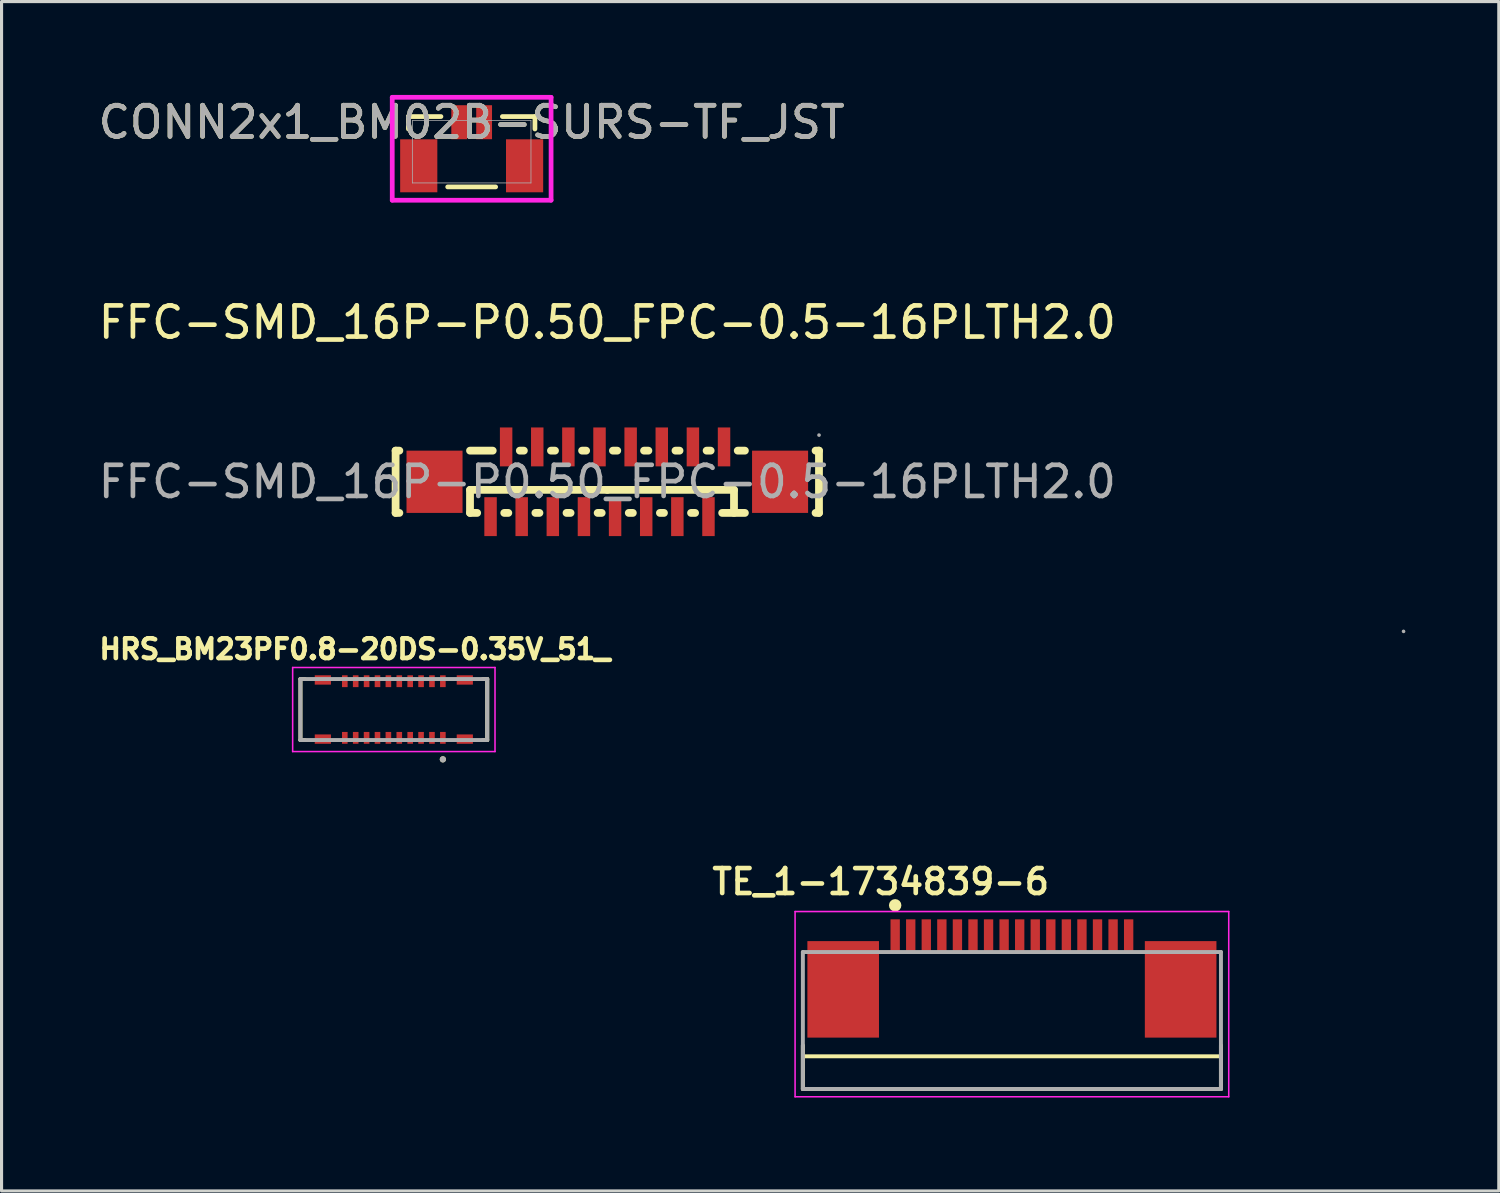
<source format=kicad_pcb>
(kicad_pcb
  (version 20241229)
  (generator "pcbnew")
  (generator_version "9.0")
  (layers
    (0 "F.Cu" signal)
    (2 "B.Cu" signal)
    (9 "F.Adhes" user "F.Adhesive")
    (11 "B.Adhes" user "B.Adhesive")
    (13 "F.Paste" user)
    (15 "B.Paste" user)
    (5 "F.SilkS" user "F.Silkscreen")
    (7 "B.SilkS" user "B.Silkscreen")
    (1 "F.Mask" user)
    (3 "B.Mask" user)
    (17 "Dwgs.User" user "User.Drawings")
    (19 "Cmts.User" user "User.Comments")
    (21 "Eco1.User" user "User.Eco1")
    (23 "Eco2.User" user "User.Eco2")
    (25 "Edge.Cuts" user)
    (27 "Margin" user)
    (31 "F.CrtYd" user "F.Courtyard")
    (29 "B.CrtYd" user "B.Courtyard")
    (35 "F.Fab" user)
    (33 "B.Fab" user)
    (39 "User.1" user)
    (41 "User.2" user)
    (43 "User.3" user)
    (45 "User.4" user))
  (footprint "CONN2x1_BM02B-SURS-TF_JST"
    (layer "F.Cu")
    (at 12.101 1.824)
    (property "Reference" "CONN2x1_BM02B-SURS-TF_JST" (at 0 -0.948 0) (unlocked yes) (layer "F.SilkS") (effects (font (size 1 1) (thickness 0.15))))
    (attr smd)
    (fp_line (start -2.032 -1.13) (end -2.032 -0.731) (stroke (width 0.152) (type solid)) (layer "F.SilkS"))
    (fp_line (start -0.987 -1.13) (end -2.032 -1.13) (stroke (width 0.152) (type solid)) (layer "F.SilkS"))
    (fp_line (start -0.77 1.13) (end 0.77 1.13) (stroke (width 0.152) (type solid)) (layer "F.SilkS"))
    (fp_line (start 2.032 -1.13) (end 0.987 -1.13) (stroke (width 0.152) (type solid)) (layer "F.SilkS"))
    (fp_line (start 2.032 -0.731) (end 2.032 -1.13) (stroke (width 0.152) (type solid)) (layer "F.SilkS"))
    (fp_line (start -2.551 -1.748) (end -2.551 1.557) (stroke (width 0.152) (type solid)) (layer "F.CrtYd"))
    (fp_line (start -2.551 1.557) (end 2.551 1.557) (stroke (width 0.152) (type solid)) (layer "F.CrtYd"))
    (fp_line (start 2.551 -1.748) (end -2.551 -1.748) (stroke (width 0.152) (type solid)) (layer "F.CrtYd"))
    (fp_line (start 2.551 1.557) (end 2.551 -1.748) (stroke (width 0.152) (type solid)) (layer "F.CrtYd"))
    (fp_line (start -1.905 -1.003) (end -1.905 1.003) (stroke (width 0.025) (type solid)) (layer "F.Fab"))
    (fp_line (start -1.905 1.003) (end 1.905 1.003) (stroke (width 0.025) (type solid)) (layer "F.Fab"))
    (fp_line (start 1.905 -1.003) (end -1.905 -1.003) (stroke (width 0.025) (type solid)) (layer "F.Fab"))
    (fp_line (start 1.905 1.003) (end 1.905 -1.003) (stroke (width 0.025) (type solid)) (layer "F.Fab"))
    (fp_text user "${REFERENCE}" (at 0 -0.948 0) (unlocked yes) (layer "F.Fab") (effects (font (size 1 1) (thickness 0.15))))
    (pad "1" smd rect (at -0.4 -0.948) (size 0.508 1.092) (layers "F.Cu" "F.Mask" "F.Paste"))
    (pad "2" smd rect (at 0.4 -0.948) (size 0.508 1.092) (layers "F.Cu" "F.Mask" "F.Paste"))
    (pad "3" smd rect (at -1.7 0.452) (size 1.194 1.702) (layers "F.Cu" "F.Mask" "F.Paste"))
    (pad "4" smd rect (at 1.7 0.452) (size 1.194 1.702) (layers "F.Cu" "F.Mask" "F.Paste")))
  (footprint "TE_1-1734839-6"
    (layer "F.Cu")
    (at 29.455 27.031)
    (property "Reference" "TE_1-1734839-6" (at -4.214 -1.759 0) (layer "F.SilkS") (effects (font (size 0.801 0.801) (thickness 0.15))))
    (attr smd)
    (fp_line (start -6.715 3.5) (end -6.715 4.9) (stroke (width 0.127) (type solid)) (layer "F.SilkS"))
    (fp_line (start -6.715 4.9) (end 6.715 4.9) (stroke (width 0.127) (type solid)) (layer "F.SilkS"))
    (fp_line (start -6.7 3.85) (end 6.7 3.85) (stroke (width 0.127) (type solid)) (layer "F.SilkS"))
    (fp_line (start 6.715 4.9) (end 6.715 3.5) (stroke (width 0.127) (type solid)) (layer "F.SilkS"))
    (fp_circle (center -3.75 -1) (end -3.65 -1) (stroke (width 0.2) (type solid)) (fill no) (layer "F.SilkS"))
    (fp_line (start -6.965 -0.8) (end 6.965 -0.8) (stroke (width 0.05) (type solid)) (layer "F.CrtYd"))
    (fp_line (start -6.965 5.15) (end -6.965 -0.8) (stroke (width 0.05) (type solid)) (layer "F.CrtYd"))
    (fp_line (start 6.965 -0.8) (end 6.965 5.15) (stroke (width 0.05) (type solid)) (layer "F.CrtYd"))
    (fp_line (start 6.965 5.15) (end -6.965 5.15) (stroke (width 0.05) (type solid)) (layer "F.CrtYd"))
    (fp_line (start -6.715 0.5) (end 6.715 0.5) (stroke (width 0.127) (type solid)) (layer "F.Fab"))
    (fp_line (start -6.715 4.9) (end -6.715 0.5) (stroke (width 0.127) (type solid)) (layer "F.Fab"))
    (fp_line (start 6.715 0.5) (end 6.715 4.9) (stroke (width 0.127) (type solid)) (layer "F.Fab"))
    (fp_line (start 6.715 4.9) (end -6.715 4.9) (stroke (width 0.127) (type solid)) (layer "F.Fab"))
    (fp_circle (center 12.58 -9.8) (end 12.61 -9.8) (stroke (width 0.06) (type solid)) (fill no) (layer "F.Fab"))
    (pad "1" smd rect (at 3.75 0) (size 0.3 1.1) (layers "F.Cu" "F.Mask" "F.Paste"))
    (pad "2" smd rect (at 3.25 0) (size 0.3 1.1) (layers "F.Cu" "F.Mask" "F.Paste"))
    (pad "3" smd rect (at 2.75 0) (size 0.3 1.1) (layers "F.Cu" "F.Mask" "F.Paste"))
    (pad "4" smd rect (at 2.25 0) (size 0.3 1.1) (layers "F.Cu" "F.Mask" "F.Paste"))
    (pad "5" smd rect (at 1.75 0) (size 0.3 1.1) (layers "F.Cu" "F.Mask" "F.Paste"))
    (pad "6" smd rect (at 1.25 0) (size 0.3 1.1) (layers "F.Cu" "F.Mask" "F.Paste"))
    (pad "7" smd rect (at 0.75 0) (size 0.3 1.1) (layers "F.Cu" "F.Mask" "F.Paste"))
    (pad "8" smd rect (at 0.25 0) (size 0.3 1.1) (layers "F.Cu" "F.Mask" "F.Paste"))
    (pad "9" smd rect (at -0.25 0) (size 0.3 1.1) (layers "F.Cu" "F.Mask" "F.Paste"))
    (pad "10" smd rect (at -0.75 0) (size 0.3 1.1) (layers "F.Cu" "F.Mask" "F.Paste"))
    (pad "11" smd rect (at -1.25 0) (size 0.3 1.1) (layers "F.Cu" "F.Mask" "F.Paste"))
    (pad "12" smd rect (at -1.75 0) (size 0.3 1.1) (layers "F.Cu" "F.Mask" "F.Paste"))
    (pad "13" smd rect (at -2.25 0) (size 0.3 1.1) (layers "F.Cu" "F.Mask" "F.Paste"))
    (pad "14" smd rect (at -2.75 0) (size 0.3 1.1) (layers "F.Cu" "F.Mask" "F.Paste"))
    (pad "15" smd rect (at -3.25 0) (size 0.3 1.1) (layers "F.Cu" "F.Mask" "F.Paste"))
    (pad "16" smd rect (at -3.75 0) (size 0.3 1.1) (layers "F.Cu" "F.Mask" "F.Paste"))
    (pad "17" smd rect (at -5.42 1.7) (size 2.3 3.1) (layers "F.Cu" "F.Mask" "F.Paste"))
    (pad "18" smd rect (at 5.42 1.7) (size 2.3 3.1) (layers "F.Cu" "F.Mask" "F.Paste")))
  (footprint "FFC-SMD_16P-P0.50_FPC-0.5-16PLTH2.0"
    (layer "F.Cu")
    (at 16.458 12.426)
    (property "Reference" "FFC-SMD_16P-P0.50_FPC-0.5-16PLTH2.0" (at 0 -5.12 0) (layer "F.SilkS") (effects (font (size 1 1) (thickness 0.15))))
    (attr smd)
    (fp_line (start -6.8 -1) (end -6.68 -1) (stroke (width 0.25) (type solid)) (layer "F.SilkS"))
    (fp_line (start -6.8 1) (end -6.8 -1) (stroke (width 0.25) (type solid)) (layer "F.SilkS"))
    (fp_line (start -6.8 1) (end -6.68 1) (stroke (width 0.25) (type solid)) (layer "F.SilkS"))
    (fp_line (start -4.41 -1) (end -3.68 -1) (stroke (width 0.25) (type solid)) (layer "F.SilkS"))
    (fp_line (start -4.41 0.26) (end 0 0.26) (stroke (width 0.25) (type solid)) (layer "F.SilkS"))
    (fp_line (start -4.41 1) (end -4.41 0.26) (stroke (width 0.25) (type solid)) (layer "F.SilkS"))
    (fp_line (start -4.41 1) (end -4.18 1) (stroke (width 0.25) (type solid)) (layer "F.SilkS"))
    (fp_line (start -3.31 1) (end -3.18 1) (stroke (width 0.25) (type solid)) (layer "F.SilkS"))
    (fp_line (start -2.81 -1) (end -2.68 -1) (stroke (width 0.25) (type solid)) (layer "F.SilkS"))
    (fp_line (start -2.31 1) (end -2.18 1) (stroke (width 0.25) (type solid)) (layer "F.SilkS"))
    (fp_line (start -1.81 -1) (end -1.68 -1) (stroke (width 0.25) (type solid)) (layer "F.SilkS"))
    (fp_line (start -1.31 1) (end -1.18 1) (stroke (width 0.25) (type solid)) (layer "F.SilkS"))
    (fp_line (start -0.81 -1) (end -0.68 -1) (stroke (width 0.25) (type solid)) (layer "F.SilkS"))
    (fp_line (start -0.31 1) (end -0.18 1) (stroke (width 0.25) (type solid)) (layer "F.SilkS"))
    (fp_line (start 0 0.26) (end 4.07 0.26) (stroke (width 0.25) (type solid)) (layer "F.SilkS"))
    (fp_line (start 0.18 -1) (end 0.32 -1) (stroke (width 0.25) (type solid)) (layer "F.SilkS"))
    (fp_line (start 0.69 1) (end 0.82 1) (stroke (width 0.25) (type solid)) (layer "F.SilkS"))
    (fp_line (start 1.18 -1) (end 1.32 -1) (stroke (width 0.25) (type solid)) (layer "F.SilkS"))
    (fp_line (start 1.69 1) (end 1.82 1) (stroke (width 0.25) (type solid)) (layer "F.SilkS"))
    (fp_line (start 2.19 -1) (end 2.32 -1) (stroke (width 0.25) (type solid)) (layer "F.SilkS"))
    (fp_line (start 2.69 1) (end 2.82 1) (stroke (width 0.25) (type solid)) (layer "F.SilkS"))
    (fp_line (start 3.19 -1) (end 3.32 -1) (stroke (width 0.25) (type solid)) (layer "F.SilkS"))
    (fp_line (start 3.69 1) (end 4.42 1) (stroke (width 0.25) (type solid)) (layer "F.SilkS"))
    (fp_line (start 4.07 0.26) (end 4.07 1) (stroke (width 0.25) (type solid)) (layer "F.SilkS"))
    (fp_line (start 4.19 -1) (end 4.42 -1) (stroke (width 0.25) (type solid)) (layer "F.SilkS"))
    (fp_line (start 6.69 -1) (end 6.8 -1) (stroke (width 0.25) (type solid)) (layer "F.SilkS"))
    (fp_line (start 6.69 1) (end 6.8 1) (stroke (width 0.25) (type solid)) (layer "F.SilkS"))
    (fp_line (start 6.8 1) (end 6.8 -1) (stroke (width 0.25) (type solid)) (layer "F.SilkS"))
    (fp_circle (center 6.8 -1.5) (end 6.83 -1.5) (stroke (width 0.06) (type solid)) (fill no) (layer "F.Fab"))
    (fp_text user "${REFERENCE}" (at 0 0 0) (layer "F.Fab") (effects (font (size 1 1) (thickness 0.15))))
    (pad "1" smd rect (at 3.75 -1.12) (size 0.4 1.25) (layers "F.Cu" "F.Mask" "F.Paste"))
    (pad "2" smd rect (at 3.25 1.12) (size 0.4 1.25) (layers "F.Cu" "F.Mask" "F.Paste"))
    (pad "3" smd rect (at 2.75 -1.12) (size 0.4 1.25) (layers "F.Cu" "F.Mask" "F.Paste"))
    (pad "4" smd rect (at 2.25 1.12) (size 0.4 1.25) (layers "F.Cu" "F.Mask" "F.Paste"))
    (pad "5" smd rect (at 1.75 -1.12) (size 0.4 1.25) (layers "F.Cu" "F.Mask" "F.Paste"))
    (pad "6" smd rect (at 1.25 1.12) (size 0.4 1.25) (layers "F.Cu" "F.Mask" "F.Paste"))
    (pad "7" smd rect (at 0.75 -1.12) (size 0.4 1.25) (layers "F.Cu" "F.Mask" "F.Paste"))
    (pad "8" smd rect (at 0.25 1.12) (size 0.4 1.25) (layers "F.Cu" "F.Mask" "F.Paste"))
    (pad "9" smd rect (at -0.25 -1.12) (size 0.4 1.25) (layers "F.Cu" "F.Mask" "F.Paste"))
    (pad "10" smd rect (at -0.75 1.12) (size 0.4 1.25) (layers "F.Cu" "F.Mask" "F.Paste"))
    (pad "11" smd rect (at -1.25 -1.12) (size 0.4 1.25) (layers "F.Cu" "F.Mask" "F.Paste"))
    (pad "12" smd rect (at -1.75 1.12) (size 0.4 1.25) (layers "F.Cu" "F.Mask" "F.Paste"))
    (pad "13" smd rect (at -2.25 -1.12) (size 0.4 1.25) (layers "F.Cu" "F.Mask" "F.Paste"))
    (pad "14" smd rect (at -2.75 1.12) (size 0.4 1.25) (layers "F.Cu" "F.Mask" "F.Paste"))
    (pad "15" smd rect (at -3.25 -1.12) (size 0.4 1.25) (layers "F.Cu" "F.Mask" "F.Paste"))
    (pad "16" smd rect (at -3.75 1.12) (size 0.4 1.25) (layers "F.Cu" "F.Mask" "F.Paste"))
    (pad "17" smd rect (at -5.55 0) (size 1.8 2) (layers "F.Cu" "F.Mask" "F.Paste"))
    (pad "18" smd rect (at 5.55 0) (size 1.8 2) (layers "F.Cu" "F.Mask" "F.Paste")))
  (footprint "HRS_BM23PF0.8-20DS-0.35V_51_"
    (layer "F.Cu")
    (at 9.601 19.742)
    (property "Reference" "HRS_BM23PF0.8-20DS-0.35V_51_" (at -1.25 -1.94 0) (layer "F.SilkS") (effects (font (size 0.63 0.63) (thickness 0.15))))
    (attr smd)
    (fp_poly (pts (xy -1.715 -1.15) (xy -1.435 -1.15) (xy -1.435 -0.67) (xy -1.715 -0.67)) (stroke (width 0.01) (type solid)) (fill yes) (layer "F.Mask"))
    (fp_poly (pts (xy -1.715 0.67) (xy -1.435 0.67) (xy -1.435 1.15) (xy -1.715 1.15)) (stroke (width 0.01) (type solid)) (fill yes) (layer "F.Mask"))
    (fp_poly (pts (xy -1.365 -1.15) (xy -1.085 -1.15) (xy -1.085 -0.67) (xy -1.365 -0.67)) (stroke (width 0.01) (type solid)) (fill yes) (layer "F.Mask"))
    (fp_poly (pts (xy -1.365 0.67) (xy -1.085 0.67) (xy -1.085 1.15) (xy -1.365 1.15)) (stroke (width 0.01) (type solid)) (fill yes) (layer "F.Mask"))
    (fp_poly (pts (xy -1.015 -1.15) (xy -0.735 -1.15) (xy -0.735 -0.67) (xy -1.015 -0.67)) (stroke (width 0.01) (type solid)) (fill yes) (layer "F.Mask"))
    (fp_poly (pts (xy -1.015 0.67) (xy -0.735 0.67) (xy -0.735 1.15) (xy -1.015 1.15)) (stroke (width 0.01) (type solid)) (fill yes) (layer "F.Mask"))
    (fp_poly (pts (xy -0.665 -1.15) (xy -0.385 -1.15) (xy -0.385 -0.67) (xy -0.665 -0.67)) (stroke (width 0.01) (type solid)) (fill yes) (layer "F.Mask"))
    (fp_poly (pts (xy -0.665 0.67) (xy -0.385 0.67) (xy -0.385 1.15) (xy -0.665 1.15)) (stroke (width 0.01) (type solid)) (fill yes) (layer "F.Mask"))
    (fp_poly (pts (xy -0.315 -1.15) (xy -0.035 -1.15) (xy -0.035 -0.67) (xy -0.315 -0.67)) (stroke (width 0.01) (type solid)) (fill yes) (layer "F.Mask"))
    (fp_poly (pts (xy -0.315 0.67) (xy -0.035 0.67) (xy -0.035 1.15) (xy -0.315 1.15)) (stroke (width 0.01) (type solid)) (fill yes) (layer "F.Mask"))
    (fp_poly (pts (xy 0.035 -1.15) (xy 0.315 -1.15) (xy 0.315 -0.67) (xy 0.035 -0.67)) (stroke (width 0.01) (type solid)) (fill yes) (layer "F.Mask"))
    (fp_poly (pts (xy 0.035 0.67) (xy 0.315 0.67) (xy 0.315 1.15) (xy 0.035 1.15)) (stroke (width 0.01) (type solid)) (fill yes) (layer "F.Mask"))
    (fp_poly (pts (xy 0.385 -1.15) (xy 0.665 -1.15) (xy 0.665 -0.67) (xy 0.385 -0.67)) (stroke (width 0.01) (type solid)) (fill yes) (layer "F.Mask"))
    (fp_poly (pts (xy 0.385 0.67) (xy 0.665 0.67) (xy 0.665 1.15) (xy 0.385 1.15)) (stroke (width 0.01) (type solid)) (fill yes) (layer "F.Mask"))
    (fp_poly (pts (xy 0.735 -1.15) (xy 1.015 -1.15) (xy 1.015 -0.67) (xy 0.735 -0.67)) (stroke (width 0.01) (type solid)) (fill yes) (layer "F.Mask"))
    (fp_poly (pts (xy 0.735 0.67) (xy 1.015 0.67) (xy 1.015 1.15) (xy 0.735 1.15)) (stroke (width 0.01) (type solid)) (fill yes) (layer "F.Mask"))
    (fp_poly (pts (xy 1.085 -1.15) (xy 1.365 -1.15) (xy 1.365 -0.67) (xy 1.085 -0.67)) (stroke (width 0.01) (type solid)) (fill yes) (layer "F.Mask"))
    (fp_poly (pts (xy 1.085 0.67) (xy 1.365 0.67) (xy 1.365 1.15) (xy 1.085 1.15)) (stroke (width 0.01) (type solid)) (fill yes) (layer "F.Mask"))
    (fp_poly (pts (xy 1.435 -1.15) (xy 1.715 -1.15) (xy 1.715 -0.67) (xy 1.435 -0.67)) (stroke (width 0.01) (type solid)) (fill yes) (layer "F.Mask"))
    (fp_poly (pts (xy 1.435 0.67) (xy 1.715 0.67) (xy 1.715 1.15) (xy 1.435 1.15)) (stroke (width 0.01) (type solid)) (fill yes) (layer "F.Mask"))
    (fp_line (start -3 0.98) (end -3 -0.98) (stroke (width 0.127) (type solid)) (layer "F.SilkS"))
    (fp_line (start -3 0.98) (end -2.86 0.98) (stroke (width 0.127) (type solid)) (layer "F.SilkS"))
    (fp_line (start -2.86 -0.98) (end -3 -0.98) (stroke (width 0.127) (type solid)) (layer "F.SilkS"))
    (fp_line (start 3 -0.98) (end 2.86 -0.98) (stroke (width 0.127) (type solid)) (layer "F.SilkS"))
    (fp_line (start 3 -0.98) (end 3 0.98) (stroke (width 0.127) (type solid)) (layer "F.SilkS"))
    (fp_line (start 3 0.98) (end 2.86 0.98) (stroke (width 0.127) (type solid)) (layer "F.SilkS"))
    (fp_circle (center 1.575 1.6) (end 1.625 1.6) (stroke (width 0.1) (type solid)) (fill no) (layer "F.SilkS"))
    (fp_line (start -3.25 -1.35) (end 3.25 -1.35) (stroke (width 0.05) (type solid)) (layer "F.CrtYd"))
    (fp_line (start -3.25 1.35) (end -3.25 -1.35) (stroke (width 0.05) (type solid)) (layer "F.CrtYd"))
    (fp_line (start 3.25 -1.35) (end 3.25 1.35) (stroke (width 0.05) (type solid)) (layer "F.CrtYd"))
    (fp_line (start 3.25 1.35) (end -3.25 1.35) (stroke (width 0.05) (type solid)) (layer "F.CrtYd"))
    (fp_line (start -3 -0.98) (end 3 -0.98) (stroke (width 0.127) (type solid)) (layer "F.Fab"))
    (fp_line (start -3 0.98) (end -3 -0.98) (stroke (width 0.127) (type solid)) (layer "F.Fab"))
    (fp_line (start 3 -0.98) (end 3 0.98) (stroke (width 0.127) (type solid)) (layer "F.Fab"))
    (fp_line (start 3 0.98) (end -3 0.98) (stroke (width 0.127) (type solid)) (layer "F.Fab"))
    (fp_circle (center 1.575 1.6) (end 1.625 1.6) (stroke (width 0.1) (type solid)) (fill no) (layer "F.Fab"))
    (pad "1" smd rect (at 1.575 0.91) (size 0.18 0.38) (layers "F.Cu" "F.Paste"))
    (pad "2" smd rect (at 1.575 -0.91) (size 0.18 0.38) (layers "F.Cu" "F.Paste"))
    (pad "3" smd rect (at 1.225 0.91) (size 0.18 0.38) (layers "F.Cu" "F.Paste"))
    (pad "4" smd rect (at 1.225 -0.91) (size 0.18 0.38) (layers "F.Cu" "F.Paste"))
    (pad "5" smd rect (at 0.875 0.91) (size 0.18 0.38) (layers "F.Cu" "F.Paste"))
    (pad "6" smd rect (at 0.875 -0.91) (size 0.18 0.38) (layers "F.Cu" "F.Paste"))
    (pad "7" smd rect (at 0.525 0.91) (size 0.18 0.38) (layers "F.Cu" "F.Paste"))
    (pad "8" smd rect (at 0.525 -0.91) (size 0.18 0.38) (layers "F.Cu" "F.Paste"))
    (pad "9" smd rect (at 0.175 0.91) (size 0.18 0.38) (layers "F.Cu" "F.Paste"))
    (pad "10" smd rect (at 0.175 -0.91) (size 0.18 0.38) (layers "F.Cu" "F.Paste"))
    (pad "11" smd rect (at -0.175 0.91) (size 0.18 0.38) (layers "F.Cu" "F.Paste"))
    (pad "12" smd rect (at -0.175 -0.91) (size 0.18 0.38) (layers "F.Cu" "F.Paste"))
    (pad "13" smd rect (at -0.525 0.91) (size 0.18 0.38) (layers "F.Cu" "F.Paste"))
    (pad "14" smd rect (at -0.525 -0.91) (size 0.18 0.38) (layers "F.Cu" "F.Paste"))
    (pad "15" smd rect (at -0.875 0.91) (size 0.18 0.38) (layers "F.Cu" "F.Paste"))
    (pad "16" smd rect (at -0.875 -0.91) (size 0.18 0.38) (layers "F.Cu" "F.Paste"))
    (pad "17" smd rect (at -1.225 0.91) (size 0.18 0.38) (layers "F.Cu" "F.Paste"))
    (pad "18" smd rect (at -1.225 -0.91) (size 0.18 0.38) (layers "F.Cu" "F.Paste"))
    (pad "19" smd rect (at -1.575 0.91) (size 0.18 0.38) (layers "F.Cu" "F.Paste"))
    (pad "20" smd rect (at -1.575 -0.91) (size 0.18 0.38) (layers "F.Cu" "F.Paste"))
    (pad "21" smd rect (at -2.28 -0.95) (size 0.52 0.3) (layers "F.Cu" "F.Mask" "F.Paste"))
    (pad "22" smd rect (at -2.28 0.95) (size 0.52 0.3) (layers "F.Cu" "F.Mask" "F.Paste"))
    (pad "23" smd rect (at 2.28 0.95) (size 0.52 0.3) (layers "F.Cu" "F.Mask" "F.Paste"))
    (pad "24" smd rect (at 2.28 -0.95) (size 0.52 0.3) (layers "F.Cu" "F.Mask" "F.Paste")))
  (gr_rect
    (start -3 -3)
    (end 45.095 35.206)
    (stroke (width 0.1) (type default))
    (fill no)
    (layer "Edge.Cuts")))
</source>
